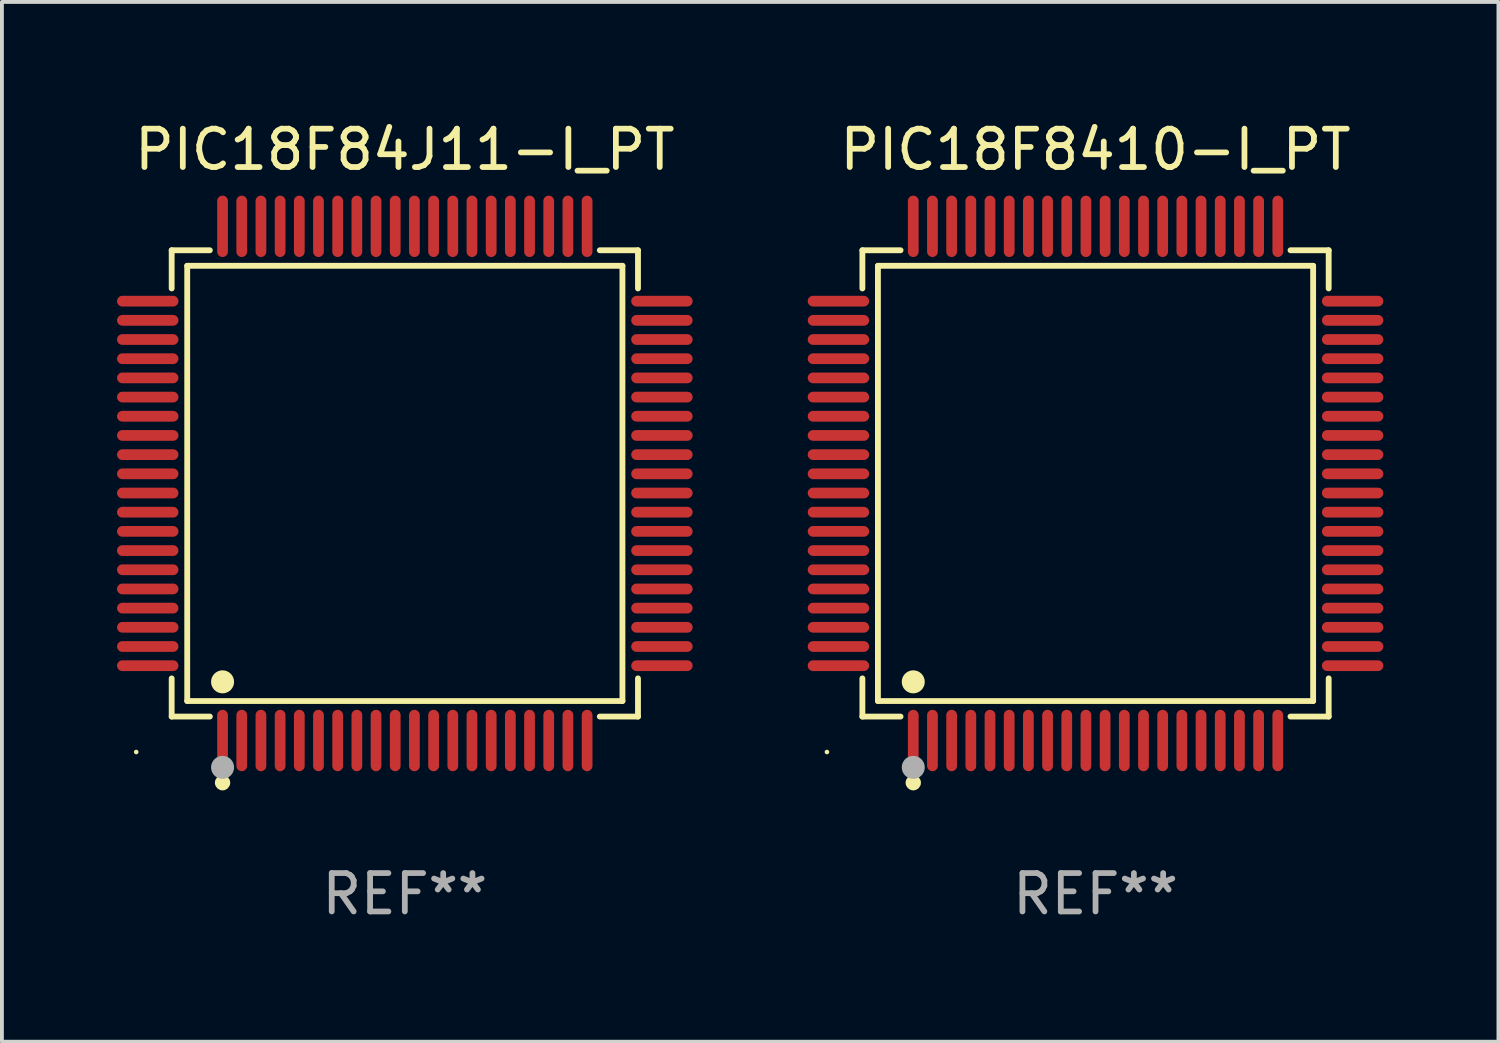
<source format=kicad_pcb>
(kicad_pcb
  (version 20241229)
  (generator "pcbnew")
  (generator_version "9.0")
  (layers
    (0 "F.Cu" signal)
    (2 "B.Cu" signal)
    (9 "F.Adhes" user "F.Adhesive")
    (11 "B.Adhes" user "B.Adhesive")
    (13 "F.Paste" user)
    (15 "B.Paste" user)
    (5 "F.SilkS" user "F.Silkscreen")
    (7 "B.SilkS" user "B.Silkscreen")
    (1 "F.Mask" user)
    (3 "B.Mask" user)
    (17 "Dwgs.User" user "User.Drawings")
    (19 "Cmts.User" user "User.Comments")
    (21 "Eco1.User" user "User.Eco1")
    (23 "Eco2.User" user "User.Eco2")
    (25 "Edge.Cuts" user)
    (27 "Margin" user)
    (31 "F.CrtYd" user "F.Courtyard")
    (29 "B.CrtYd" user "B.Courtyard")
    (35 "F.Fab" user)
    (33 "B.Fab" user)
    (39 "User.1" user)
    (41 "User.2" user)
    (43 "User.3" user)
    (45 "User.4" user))
  (footprint "PIC18F84J11-I_PT"
    (layer "F.Cu")
    (at 7.5 9.548)
    (property "Reference" "PIC18F84J11-I_PT" (at 0 -8.7 0) (layer "F.SilkS") (effects (font (size 1 1) (thickness 0.15))))
    (attr through_hole)
    (fp_line (start -6.076 -6.076) (end -5.081 -6.076) (stroke (width 0.152) (type solid)) (layer "F.SilkS"))
    (fp_line (start -6.076 -5.081) (end -6.076 -6.076) (stroke (width 0.152) (type solid)) (layer "F.SilkS"))
    (fp_line (start -6.076 5.081) (end -6.076 6.076) (stroke (width 0.152) (type solid)) (layer "F.SilkS"))
    (fp_line (start -6.076 6.076) (end -5.081 6.076) (stroke (width 0.152) (type solid)) (layer "F.SilkS"))
    (fp_line (start -5.671 -5.671) (end 5.671 -5.671) (stroke (width 0.152) (type solid)) (layer "F.SilkS"))
    (fp_line (start -5.671 5.671) (end -5.671 -5.671) (stroke (width 0.152) (type solid)) (layer "F.SilkS"))
    (fp_line (start 5.671 -5.671) (end 5.671 5.671) (stroke (width 0.152) (type solid)) (layer "F.SilkS"))
    (fp_line (start 5.671 5.671) (end -5.671 5.671) (stroke (width 0.152) (type solid)) (layer "F.SilkS"))
    (fp_line (start 6.076 -6.076) (end 5.081 -6.076) (stroke (width 0.152) (type solid)) (layer "F.SilkS"))
    (fp_line (start 6.076 -5.081) (end 6.076 -6.076) (stroke (width 0.152) (type solid)) (layer "F.SilkS"))
    (fp_line (start 6.076 5.081) (end 6.076 6.076) (stroke (width 0.152) (type solid)) (layer "F.SilkS"))
    (fp_line (start 6.076 6.076) (end 5.081 6.076) (stroke (width 0.152) (type solid)) (layer "F.SilkS"))
    (fp_circle (center -7 7) (end -6.97 7) (stroke (width 0.06) (type solid)) (fill no) (layer "F.SilkS"))
    (fp_circle (center -4.75 5.171) (end -4.6 5.171) (stroke (width 0.3) (type solid)) (fill no) (layer "F.SilkS"))
    (fp_circle (center -4.75 7.8) (end -4.65 7.8) (stroke (width 0.2) (type solid)) (fill no) (layer "F.SilkS"))
    (fp_circle (center -4.75 7.4) (end -4.6 7.4) (stroke (width 0.3) (type solid)) (fill no) (layer "F.Fab"))
    (fp_text user "REF**" (at 0 10.7 0) (layer "F.Fab") (effects (font (size 1 1) (thickness 0.15))))
    (pad "1" smd oval (at -4.75 6.7) (size 0.28 1.6) (layers "F.Cu" "F.Mask" "F.Paste"))
    (pad "2" smd oval (at -4.25 6.7) (size 0.28 1.6) (layers "F.Cu" "F.Mask" "F.Paste"))
    (pad "3" smd oval (at -3.75 6.7) (size 0.28 1.6) (layers "F.Cu" "F.Mask" "F.Paste"))
    (pad "4" smd oval (at -3.25 6.7) (size 0.28 1.6) (layers "F.Cu" "F.Mask" "F.Paste"))
    (pad "5" smd oval (at -2.75 6.7) (size 0.28 1.6) (layers "F.Cu" "F.Mask" "F.Paste"))
    (pad "6" smd oval (at -2.25 6.7) (size 0.28 1.6) (layers "F.Cu" "F.Mask" "F.Paste"))
    (pad "7" smd oval (at -1.75 6.7) (size 0.28 1.6) (layers "F.Cu" "F.Mask" "F.Paste"))
    (pad "8" smd oval (at -1.25 6.7) (size 0.28 1.6) (layers "F.Cu" "F.Mask" "F.Paste"))
    (pad "9" smd oval (at -0.75 6.7) (size 0.28 1.6) (layers "F.Cu" "F.Mask" "F.Paste"))
    (pad "10" smd oval (at -0.25 6.7) (size 0.28 1.6) (layers "F.Cu" "F.Mask" "F.Paste"))
    (pad "11" smd oval (at 0.25 6.7) (size 0.28 1.6) (layers "F.Cu" "F.Mask" "F.Paste"))
    (pad "12" smd oval (at 0.75 6.7) (size 0.28 1.6) (layers "F.Cu" "F.Mask" "F.Paste"))
    (pad "13" smd oval (at 1.25 6.7) (size 0.28 1.6) (layers "F.Cu" "F.Mask" "F.Paste"))
    (pad "14" smd oval (at 1.75 6.7) (size 0.28 1.6) (layers "F.Cu" "F.Mask" "F.Paste"))
    (pad "15" smd oval (at 2.25 6.7) (size 0.28 1.6) (layers "F.Cu" "F.Mask" "F.Paste"))
    (pad "16" smd oval (at 2.75 6.7) (size 0.28 1.6) (layers "F.Cu" "F.Mask" "F.Paste"))
    (pad "17" smd oval (at 3.25 6.7) (size 0.28 1.6) (layers "F.Cu" "F.Mask" "F.Paste"))
    (pad "18" smd oval (at 3.75 6.7) (size 0.28 1.6) (layers "F.Cu" "F.Mask" "F.Paste"))
    (pad "19" smd oval (at 4.25 6.7) (size 0.28 1.6) (layers "F.Cu" "F.Mask" "F.Paste"))
    (pad "20" smd oval (at 4.75 6.7) (size 0.28 1.6) (layers "F.Cu" "F.Mask" "F.Paste"))
    (pad "21" smd oval (at 6.7 4.75) (size 1.6 0.28) (layers "F.Cu" "F.Mask" "F.Paste"))
    (pad "22" smd oval (at 6.7 4.25) (size 1.6 0.28) (layers "F.Cu" "F.Mask" "F.Paste"))
    (pad "23" smd oval (at 6.7 3.75) (size 1.6 0.28) (layers "F.Cu" "F.Mask" "F.Paste"))
    (pad "24" smd oval (at 6.7 3.25) (size 1.6 0.28) (layers "F.Cu" "F.Mask" "F.Paste"))
    (pad "25" smd oval (at 6.7 2.75) (size 1.6 0.28) (layers "F.Cu" "F.Mask" "F.Paste"))
    (pad "26" smd oval (at 6.7 2.25) (size 1.6 0.28) (layers "F.Cu" "F.Mask" "F.Paste"))
    (pad "27" smd oval (at 6.7 1.75) (size 1.6 0.28) (layers "F.Cu" "F.Mask" "F.Paste"))
    (pad "28" smd oval (at 6.7 1.25) (size 1.6 0.28) (layers "F.Cu" "F.Mask" "F.Paste"))
    (pad "29" smd oval (at 6.7 0.75) (size 1.6 0.28) (layers "F.Cu" "F.Mask" "F.Paste"))
    (pad "30" smd oval (at 6.7 0.25) (size 1.6 0.28) (layers "F.Cu" "F.Mask" "F.Paste"))
    (pad "31" smd oval (at 6.7 -0.25) (size 1.6 0.28) (layers "F.Cu" "F.Mask" "F.Paste"))
    (pad "32" smd oval (at 6.7 -0.75) (size 1.6 0.28) (layers "F.Cu" "F.Mask" "F.Paste"))
    (pad "33" smd oval (at 6.7 -1.25) (size 1.6 0.28) (layers "F.Cu" "F.Mask" "F.Paste"))
    (pad "34" smd oval (at 6.7 -1.75) (size 1.6 0.28) (layers "F.Cu" "F.Mask" "F.Paste"))
    (pad "35" smd oval (at 6.7 -2.25) (size 1.6 0.28) (layers "F.Cu" "F.Mask" "F.Paste"))
    (pad "36" smd oval (at 6.7 -2.75) (size 1.6 0.28) (layers "F.Cu" "F.Mask" "F.Paste"))
    (pad "37" smd oval (at 6.7 -3.25) (size 1.6 0.28) (layers "F.Cu" "F.Mask" "F.Paste"))
    (pad "38" smd oval (at 6.7 -3.75) (size 1.6 0.28) (layers "F.Cu" "F.Mask" "F.Paste"))
    (pad "39" smd oval (at 6.7 -4.25) (size 1.6 0.28) (layers "F.Cu" "F.Mask" "F.Paste"))
    (pad "40" smd oval (at 6.7 -4.75) (size 1.6 0.28) (layers "F.Cu" "F.Mask" "F.Paste"))
    (pad "41" smd oval (at 4.75 -6.7) (size 0.28 1.6) (layers "F.Cu" "F.Mask" "F.Paste"))
    (pad "42" smd oval (at 4.25 -6.7) (size 0.28 1.6) (layers "F.Cu" "F.Mask" "F.Paste"))
    (pad "43" smd oval (at 3.75 -6.7) (size 0.28 1.6) (layers "F.Cu" "F.Mask" "F.Paste"))
    (pad "44" smd oval (at 3.25 -6.7) (size 0.28 1.6) (layers "F.Cu" "F.Mask" "F.Paste"))
    (pad "45" smd oval (at 2.75 -6.7) (size 0.28 1.6) (layers "F.Cu" "F.Mask" "F.Paste"))
    (pad "46" smd oval (at 2.25 -6.7) (size 0.28 1.6) (layers "F.Cu" "F.Mask" "F.Paste"))
    (pad "47" smd oval (at 1.75 -6.7) (size 0.28 1.6) (layers "F.Cu" "F.Mask" "F.Paste"))
    (pad "48" smd oval (at 1.25 -6.7) (size 0.28 1.6) (layers "F.Cu" "F.Mask" "F.Paste"))
    (pad "49" smd oval (at 0.75 -6.7) (size 0.28 1.6) (layers "F.Cu" "F.Mask" "F.Paste"))
    (pad "50" smd oval (at 0.25 -6.7) (size 0.28 1.6) (layers "F.Cu" "F.Mask" "F.Paste"))
    (pad "51" smd oval (at -0.25 -6.7) (size 0.28 1.6) (layers "F.Cu" "F.Mask" "F.Paste"))
    (pad "52" smd oval (at -0.75 -6.7) (size 0.28 1.6) (layers "F.Cu" "F.Mask" "F.Paste"))
    (pad "53" smd oval (at -1.25 -6.7) (size 0.28 1.6) (layers "F.Cu" "F.Mask" "F.Paste"))
    (pad "54" smd oval (at -1.75 -6.7) (size 0.28 1.6) (layers "F.Cu" "F.Mask" "F.Paste"))
    (pad "55" smd oval (at -2.25 -6.7) (size 0.28 1.6) (layers "F.Cu" "F.Mask" "F.Paste"))
    (pad "56" smd oval (at -2.75 -6.7) (size 0.28 1.6) (layers "F.Cu" "F.Mask" "F.Paste"))
    (pad "57" smd oval (at -3.25 -6.7) (size 0.28 1.6) (layers "F.Cu" "F.Mask" "F.Paste"))
    (pad "58" smd oval (at -3.75 -6.7) (size 0.28 1.6) (layers "F.Cu" "F.Mask" "F.Paste"))
    (pad "59" smd oval (at -4.25 -6.7) (size 0.28 1.6) (layers "F.Cu" "F.Mask" "F.Paste"))
    (pad "60" smd oval (at -4.75 -6.7) (size 0.28 1.6) (layers "F.Cu" "F.Mask" "F.Paste"))
    (pad "61" smd oval (at -6.7 -4.75) (size 1.6 0.28) (layers "F.Cu" "F.Mask" "F.Paste"))
    (pad "62" smd oval (at -6.7 -4.25) (size 1.6 0.28) (layers "F.Cu" "F.Mask" "F.Paste"))
    (pad "63" smd oval (at -6.7 -3.75) (size 1.6 0.28) (layers "F.Cu" "F.Mask" "F.Paste"))
    (pad "64" smd oval (at -6.7 -3.25) (size 1.6 0.28) (layers "F.Cu" "F.Mask" "F.Paste"))
    (pad "65" smd oval (at -6.7 -2.75) (size 1.6 0.28) (layers "F.Cu" "F.Mask" "F.Paste"))
    (pad "66" smd oval (at -6.7 -2.25) (size 1.6 0.28) (layers "F.Cu" "F.Mask" "F.Paste"))
    (pad "67" smd oval (at -6.7 -1.75) (size 1.6 0.28) (layers "F.Cu" "F.Mask" "F.Paste"))
    (pad "68" smd oval (at -6.7 -1.25) (size 1.6 0.28) (layers "F.Cu" "F.Mask" "F.Paste"))
    (pad "69" smd oval (at -6.7 -0.75) (size 1.6 0.28) (layers "F.Cu" "F.Mask" "F.Paste"))
    (pad "70" smd oval (at -6.7 -0.25) (size 1.6 0.28) (layers "F.Cu" "F.Mask" "F.Paste"))
    (pad "71" smd oval (at -6.7 0.25) (size 1.6 0.28) (layers "F.Cu" "F.Mask" "F.Paste"))
    (pad "72" smd oval (at -6.7 0.75) (size 1.6 0.28) (layers "F.Cu" "F.Mask" "F.Paste"))
    (pad "73" smd oval (at -6.7 1.25) (size 1.6 0.28) (layers "F.Cu" "F.Mask" "F.Paste"))
    (pad "74" smd oval (at -6.7 1.75) (size 1.6 0.28) (layers "F.Cu" "F.Mask" "F.Paste"))
    (pad "75" smd oval (at -6.7 2.25) (size 1.6 0.28) (layers "F.Cu" "F.Mask" "F.Paste"))
    (pad "76" smd oval (at -6.7 2.75) (size 1.6 0.28) (layers "F.Cu" "F.Mask" "F.Paste"))
    (pad "77" smd oval (at -6.7 3.25) (size 1.6 0.28) (layers "F.Cu" "F.Mask" "F.Paste"))
    (pad "78" smd oval (at -6.7 3.75) (size 1.6 0.28) (layers "F.Cu" "F.Mask" "F.Paste"))
    (pad "79" smd oval (at -6.7 4.25) (size 1.6 0.28) (layers "F.Cu" "F.Mask" "F.Paste"))
    (pad "80" smd oval (at -6.7 4.75) (size 1.6 0.28) (layers "F.Cu" "F.Mask" "F.Paste")))
  (footprint "PIC18F8410-I_PT"
    (layer "F.Cu")
    (at 25.5 9.548)
    (property "Reference" "PIC18F8410-I_PT" (at 0 -8.7 0) (layer "F.SilkS") (effects (font (size 1 1) (thickness 0.15))))
    (attr through_hole)
    (fp_line (start -6.076 -6.076) (end -5.081 -6.076) (stroke (width 0.152) (type solid)) (layer "F.SilkS"))
    (fp_line (start -6.076 -5.081) (end -6.076 -6.076) (stroke (width 0.152) (type solid)) (layer "F.SilkS"))
    (fp_line (start -6.076 5.081) (end -6.076 6.076) (stroke (width 0.152) (type solid)) (layer "F.SilkS"))
    (fp_line (start -6.076 6.076) (end -5.081 6.076) (stroke (width 0.152) (type solid)) (layer "F.SilkS"))
    (fp_line (start -5.671 -5.671) (end 5.671 -5.671) (stroke (width 0.152) (type solid)) (layer "F.SilkS"))
    (fp_line (start -5.671 5.671) (end -5.671 -5.671) (stroke (width 0.152) (type solid)) (layer "F.SilkS"))
    (fp_line (start 5.671 -5.671) (end 5.671 5.671) (stroke (width 0.152) (type solid)) (layer "F.SilkS"))
    (fp_line (start 5.671 5.671) (end -5.671 5.671) (stroke (width 0.152) (type solid)) (layer "F.SilkS"))
    (fp_line (start 6.076 -6.076) (end 5.081 -6.076) (stroke (width 0.152) (type solid)) (layer "F.SilkS"))
    (fp_line (start 6.076 -5.081) (end 6.076 -6.076) (stroke (width 0.152) (type solid)) (layer "F.SilkS"))
    (fp_line (start 6.076 5.081) (end 6.076 6.076) (stroke (width 0.152) (type solid)) (layer "F.SilkS"))
    (fp_line (start 6.076 6.076) (end 5.081 6.076) (stroke (width 0.152) (type solid)) (layer "F.SilkS"))
    (fp_circle (center -7 7) (end -6.97 7) (stroke (width 0.06) (type solid)) (fill no) (layer "F.SilkS"))
    (fp_circle (center -4.75 5.171) (end -4.6 5.171) (stroke (width 0.3) (type solid)) (fill no) (layer "F.SilkS"))
    (fp_circle (center -4.75 7.8) (end -4.65 7.8) (stroke (width 0.2) (type solid)) (fill no) (layer "F.SilkS"))
    (fp_circle (center -4.75 7.4) (end -4.6 7.4) (stroke (width 0.3) (type solid)) (fill no) (layer "F.Fab"))
    (fp_text user "REF**" (at 0 10.7 0) (layer "F.Fab") (effects (font (size 1 1) (thickness 0.15))))
    (pad "1" smd oval (at -4.75 6.7) (size 0.28 1.6) (layers "F.Cu" "F.Mask" "F.Paste"))
    (pad "2" smd oval (at -4.25 6.7) (size 0.28 1.6) (layers "F.Cu" "F.Mask" "F.Paste"))
    (pad "3" smd oval (at -3.75 6.7) (size 0.28 1.6) (layers "F.Cu" "F.Mask" "F.Paste"))
    (pad "4" smd oval (at -3.25 6.7) (size 0.28 1.6) (layers "F.Cu" "F.Mask" "F.Paste"))
    (pad "5" smd oval (at -2.75 6.7) (size 0.28 1.6) (layers "F.Cu" "F.Mask" "F.Paste"))
    (pad "6" smd oval (at -2.25 6.7) (size 0.28 1.6) (layers "F.Cu" "F.Mask" "F.Paste"))
    (pad "7" smd oval (at -1.75 6.7) (size 0.28 1.6) (layers "F.Cu" "F.Mask" "F.Paste"))
    (pad "8" smd oval (at -1.25 6.7) (size 0.28 1.6) (layers "F.Cu" "F.Mask" "F.Paste"))
    (pad "9" smd oval (at -0.75 6.7) (size 0.28 1.6) (layers "F.Cu" "F.Mask" "F.Paste"))
    (pad "10" smd oval (at -0.25 6.7) (size 0.28 1.6) (layers "F.Cu" "F.Mask" "F.Paste"))
    (pad "11" smd oval (at 0.25 6.7) (size 0.28 1.6) (layers "F.Cu" "F.Mask" "F.Paste"))
    (pad "12" smd oval (at 0.75 6.7) (size 0.28 1.6) (layers "F.Cu" "F.Mask" "F.Paste"))
    (pad "13" smd oval (at 1.25 6.7) (size 0.28 1.6) (layers "F.Cu" "F.Mask" "F.Paste"))
    (pad "14" smd oval (at 1.75 6.7) (size 0.28 1.6) (layers "F.Cu" "F.Mask" "F.Paste"))
    (pad "15" smd oval (at 2.25 6.7) (size 0.28 1.6) (layers "F.Cu" "F.Mask" "F.Paste"))
    (pad "16" smd oval (at 2.75 6.7) (size 0.28 1.6) (layers "F.Cu" "F.Mask" "F.Paste"))
    (pad "17" smd oval (at 3.25 6.7) (size 0.28 1.6) (layers "F.Cu" "F.Mask" "F.Paste"))
    (pad "18" smd oval (at 3.75 6.7) (size 0.28 1.6) (layers "F.Cu" "F.Mask" "F.Paste"))
    (pad "19" smd oval (at 4.25 6.7) (size 0.28 1.6) (layers "F.Cu" "F.Mask" "F.Paste"))
    (pad "20" smd oval (at 4.75 6.7) (size 0.28 1.6) (layers "F.Cu" "F.Mask" "F.Paste"))
    (pad "21" smd oval (at 6.7 4.75) (size 1.6 0.28) (layers "F.Cu" "F.Mask" "F.Paste"))
    (pad "22" smd oval (at 6.7 4.25) (size 1.6 0.28) (layers "F.Cu" "F.Mask" "F.Paste"))
    (pad "23" smd oval (at 6.7 3.75) (size 1.6 0.28) (layers "F.Cu" "F.Mask" "F.Paste"))
    (pad "24" smd oval (at 6.7 3.25) (size 1.6 0.28) (layers "F.Cu" "F.Mask" "F.Paste"))
    (pad "25" smd oval (at 6.7 2.75) (size 1.6 0.28) (layers "F.Cu" "F.Mask" "F.Paste"))
    (pad "26" smd oval (at 6.7 2.25) (size 1.6 0.28) (layers "F.Cu" "F.Mask" "F.Paste"))
    (pad "27" smd oval (at 6.7 1.75) (size 1.6 0.28) (layers "F.Cu" "F.Mask" "F.Paste"))
    (pad "28" smd oval (at 6.7 1.25) (size 1.6 0.28) (layers "F.Cu" "F.Mask" "F.Paste"))
    (pad "29" smd oval (at 6.7 0.75) (size 1.6 0.28) (layers "F.Cu" "F.Mask" "F.Paste"))
    (pad "30" smd oval (at 6.7 0.25) (size 1.6 0.28) (layers "F.Cu" "F.Mask" "F.Paste"))
    (pad "31" smd oval (at 6.7 -0.25) (size 1.6 0.28) (layers "F.Cu" "F.Mask" "F.Paste"))
    (pad "32" smd oval (at 6.7 -0.75) (size 1.6 0.28) (layers "F.Cu" "F.Mask" "F.Paste"))
    (pad "33" smd oval (at 6.7 -1.25) (size 1.6 0.28) (layers "F.Cu" "F.Mask" "F.Paste"))
    (pad "34" smd oval (at 6.7 -1.75) (size 1.6 0.28) (layers "F.Cu" "F.Mask" "F.Paste"))
    (pad "35" smd oval (at 6.7 -2.25) (size 1.6 0.28) (layers "F.Cu" "F.Mask" "F.Paste"))
    (pad "36" smd oval (at 6.7 -2.75) (size 1.6 0.28) (layers "F.Cu" "F.Mask" "F.Paste"))
    (pad "37" smd oval (at 6.7 -3.25) (size 1.6 0.28) (layers "F.Cu" "F.Mask" "F.Paste"))
    (pad "38" smd oval (at 6.7 -3.75) (size 1.6 0.28) (layers "F.Cu" "F.Mask" "F.Paste"))
    (pad "39" smd oval (at 6.7 -4.25) (size 1.6 0.28) (layers "F.Cu" "F.Mask" "F.Paste"))
    (pad "40" smd oval (at 6.7 -4.75) (size 1.6 0.28) (layers "F.Cu" "F.Mask" "F.Paste"))
    (pad "41" smd oval (at 4.75 -6.7) (size 0.28 1.6) (layers "F.Cu" "F.Mask" "F.Paste"))
    (pad "42" smd oval (at 4.25 -6.7) (size 0.28 1.6) (layers "F.Cu" "F.Mask" "F.Paste"))
    (pad "43" smd oval (at 3.75 -6.7) (size 0.28 1.6) (layers "F.Cu" "F.Mask" "F.Paste"))
    (pad "44" smd oval (at 3.25 -6.7) (size 0.28 1.6) (layers "F.Cu" "F.Mask" "F.Paste"))
    (pad "45" smd oval (at 2.75 -6.7) (size 0.28 1.6) (layers "F.Cu" "F.Mask" "F.Paste"))
    (pad "46" smd oval (at 2.25 -6.7) (size 0.28 1.6) (layers "F.Cu" "F.Mask" "F.Paste"))
    (pad "47" smd oval (at 1.75 -6.7) (size 0.28 1.6) (layers "F.Cu" "F.Mask" "F.Paste"))
    (pad "48" smd oval (at 1.25 -6.7) (size 0.28 1.6) (layers "F.Cu" "F.Mask" "F.Paste"))
    (pad "49" smd oval (at 0.75 -6.7) (size 0.28 1.6) (layers "F.Cu" "F.Mask" "F.Paste"))
    (pad "50" smd oval (at 0.25 -6.7) (size 0.28 1.6) (layers "F.Cu" "F.Mask" "F.Paste"))
    (pad "51" smd oval (at -0.25 -6.7) (size 0.28 1.6) (layers "F.Cu" "F.Mask" "F.Paste"))
    (pad "52" smd oval (at -0.75 -6.7) (size 0.28 1.6) (layers "F.Cu" "F.Mask" "F.Paste"))
    (pad "53" smd oval (at -1.25 -6.7) (size 0.28 1.6) (layers "F.Cu" "F.Mask" "F.Paste"))
    (pad "54" smd oval (at -1.75 -6.7) (size 0.28 1.6) (layers "F.Cu" "F.Mask" "F.Paste"))
    (pad "55" smd oval (at -2.25 -6.7) (size 0.28 1.6) (layers "F.Cu" "F.Mask" "F.Paste"))
    (pad "56" smd oval (at -2.75 -6.7) (size 0.28 1.6) (layers "F.Cu" "F.Mask" "F.Paste"))
    (pad "57" smd oval (at -3.25 -6.7) (size 0.28 1.6) (layers "F.Cu" "F.Mask" "F.Paste"))
    (pad "58" smd oval (at -3.75 -6.7) (size 0.28 1.6) (layers "F.Cu" "F.Mask" "F.Paste"))
    (pad "59" smd oval (at -4.25 -6.7) (size 0.28 1.6) (layers "F.Cu" "F.Mask" "F.Paste"))
    (pad "60" smd oval (at -4.75 -6.7) (size 0.28 1.6) (layers "F.Cu" "F.Mask" "F.Paste"))
    (pad "61" smd oval (at -6.7 -4.75) (size 1.6 0.28) (layers "F.Cu" "F.Mask" "F.Paste"))
    (pad "62" smd oval (at -6.7 -4.25) (size 1.6 0.28) (layers "F.Cu" "F.Mask" "F.Paste"))
    (pad "63" smd oval (at -6.7 -3.75) (size 1.6 0.28) (layers "F.Cu" "F.Mask" "F.Paste"))
    (pad "64" smd oval (at -6.7 -3.25) (size 1.6 0.28) (layers "F.Cu" "F.Mask" "F.Paste"))
    (pad "65" smd oval (at -6.7 -2.75) (size 1.6 0.28) (layers "F.Cu" "F.Mask" "F.Paste"))
    (pad "66" smd oval (at -6.7 -2.25) (size 1.6 0.28) (layers "F.Cu" "F.Mask" "F.Paste"))
    (pad "67" smd oval (at -6.7 -1.75) (size 1.6 0.28) (layers "F.Cu" "F.Mask" "F.Paste"))
    (pad "68" smd oval (at -6.7 -1.25) (size 1.6 0.28) (layers "F.Cu" "F.Mask" "F.Paste"))
    (pad "69" smd oval (at -6.7 -0.75) (size 1.6 0.28) (layers "F.Cu" "F.Mask" "F.Paste"))
    (pad "70" smd oval (at -6.7 -0.25) (size 1.6 0.28) (layers "F.Cu" "F.Mask" "F.Paste"))
    (pad "71" smd oval (at -6.7 0.25) (size 1.6 0.28) (layers "F.Cu" "F.Mask" "F.Paste"))
    (pad "72" smd oval (at -6.7 0.75) (size 1.6 0.28) (layers "F.Cu" "F.Mask" "F.Paste"))
    (pad "73" smd oval (at -6.7 1.25) (size 1.6 0.28) (layers "F.Cu" "F.Mask" "F.Paste"))
    (pad "74" smd oval (at -6.7 1.75) (size 1.6 0.28) (layers "F.Cu" "F.Mask" "F.Paste"))
    (pad "75" smd oval (at -6.7 2.25) (size 1.6 0.28) (layers "F.Cu" "F.Mask" "F.Paste"))
    (pad "76" smd oval (at -6.7 2.75) (size 1.6 0.28) (layers "F.Cu" "F.Mask" "F.Paste"))
    (pad "77" smd oval (at -6.7 3.25) (size 1.6 0.28) (layers "F.Cu" "F.Mask" "F.Paste"))
    (pad "78" smd oval (at -6.7 3.75) (size 1.6 0.28) (layers "F.Cu" "F.Mask" "F.Paste"))
    (pad "79" smd oval (at -6.7 4.25) (size 1.6 0.28) (layers "F.Cu" "F.Mask" "F.Paste"))
    (pad "80" smd oval (at -6.7 4.75) (size 1.6 0.28) (layers "F.Cu" "F.Mask" "F.Paste")))
  (gr_rect
    (start -3 -3)
    (end 36 24.097)
    (stroke (width 0.1) (type default))
    (fill no)
    (layer "Edge.Cuts")))
</source>
